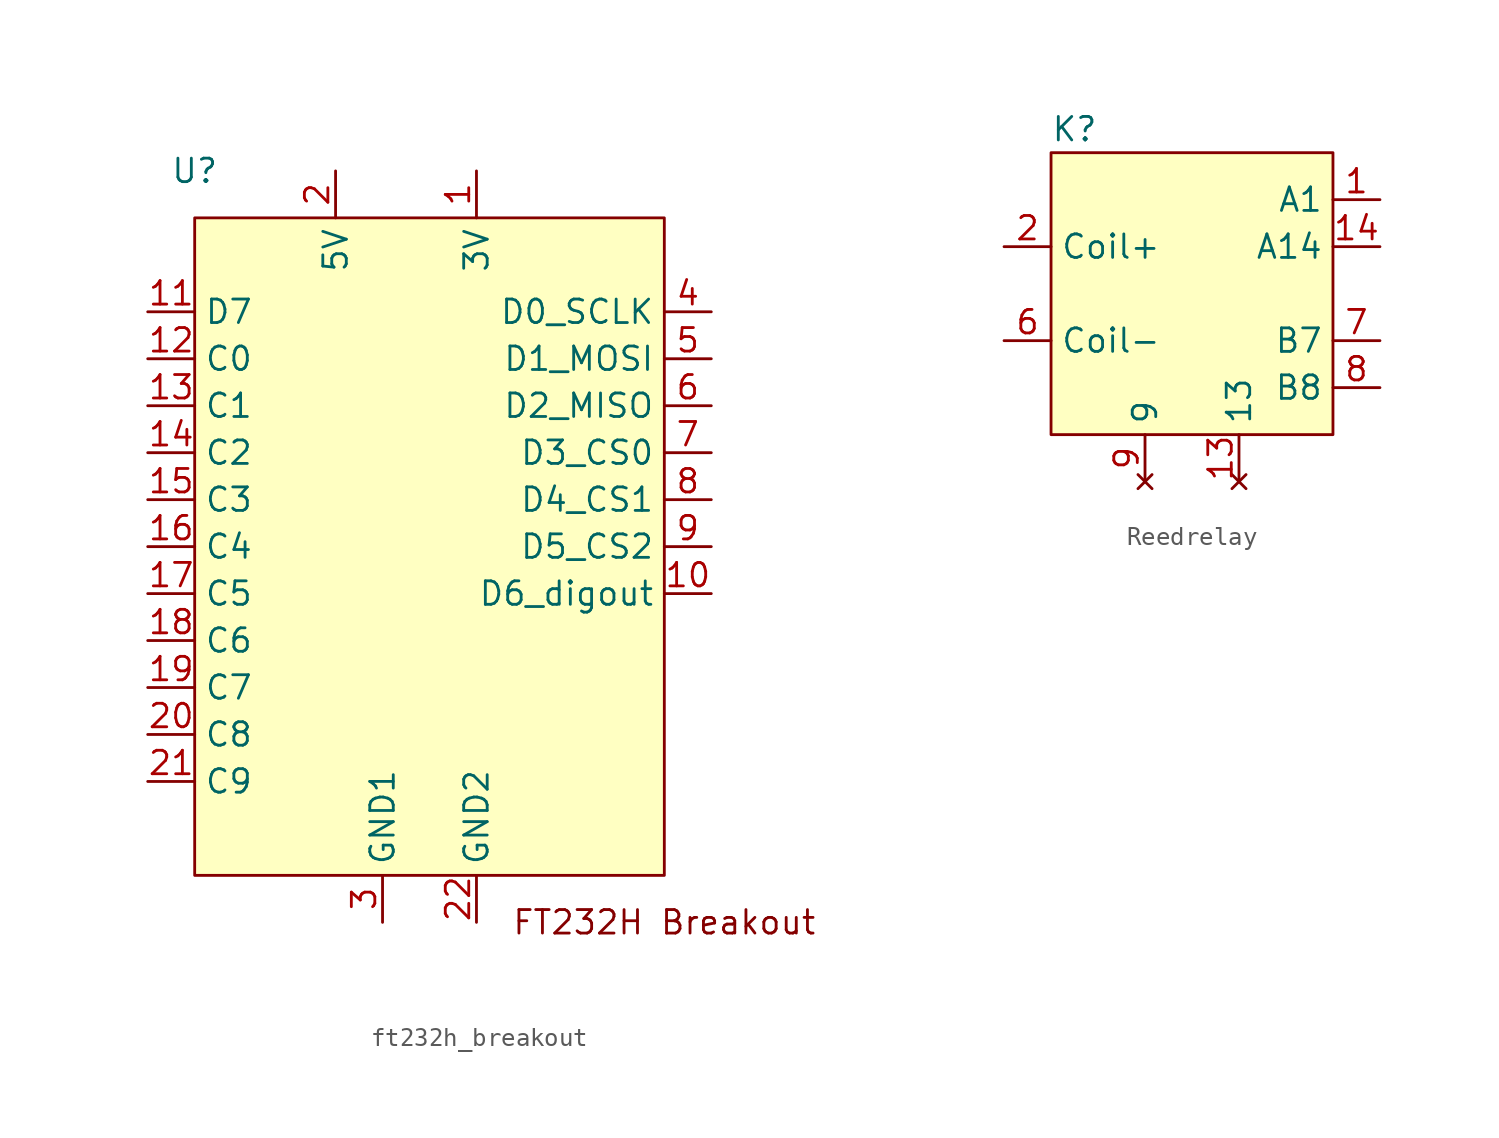
<source format=kicad_sym>
(kicad_symbol_lib
  (version 20220914)
  (generator kicad_symbol_editor)
  (symbol "ft232h_breakout"
    (property "Reference" "U"
      (at -12.7 20.32 0)
      (effects (font (size 1.27 1.27))))
    (property "Value" ""
      (at 0 -5.08 0)
      (effects (font (size 1.27 1.27))))
    (symbol "ft232h_breakout_0_1"
      (rectangle (start -12.7 17.78) (end 12.7 -17.78) (stroke (width 0) (type default)) (fill (type background)))
      (text "FT232H Breakout" (at 12.7 -20.32 0) (effects (font (size 1.27 1.27)))))
    (symbol "ft232h_breakout_1_1"
      (pin power_out line (at 2.54 20.32 270) (length 2.54) (name "3V" (effects (font (size 1.27 1.27)))) (number "1" (effects (font (size 1.27 1.27)))))
      (pin output line (at 15.24 -2.54 180) (length 2.54) (name "D6_digout" (effects (font (size 1.27 1.27)))) (number "10" (effects (font (size 1.27 1.27)))))
      (pin bidirectional line (at -15.24 12.7 0) (length 2.54) (name "D7" (effects (font (size 1.27 1.27)))) (number "11" (effects (font (size 1.27 1.27)))))
      (pin bidirectional line (at -15.24 10.16 0) (length 2.54) (name "C0" (effects (font (size 1.27 1.27)))) (number "12" (effects (font (size 1.27 1.27)))))
      (pin bidirectional line (at -15.24 7.62 0) (length 2.54) (name "C1" (effects (font (size 1.27 1.27)))) (number "13" (effects (font (size 1.27 1.27)))))
      (pin bidirectional line (at -15.24 5.08 0) (length 2.54) (name "C2" (effects (font (size 1.27 1.27)))) (number "14" (effects (font (size 1.27 1.27)))))
      (pin bidirectional line (at -15.24 2.54 0) (length 2.54) (name "C3" (effects (font (size 1.27 1.27)))) (number "15" (effects (font (size 1.27 1.27)))))
      (pin bidirectional line (at -15.24 0 0) (length 2.54) (name "C4" (effects (font (size 1.27 1.27)))) (number "16" (effects (font (size 1.27 1.27)))))
      (pin bidirectional line (at -15.24 -2.54 0) (length 2.54) (name "C5" (effects (font (size 1.27 1.27)))) (number "17" (effects (font (size 1.27 1.27)))))
      (pin bidirectional line (at -15.24 -5.08 0) (length 2.54) (name "C6" (effects (font (size 1.27 1.27)))) (number "18" (effects (font (size 1.27 1.27)))))
      (pin bidirectional line (at -15.24 -7.62 0) (length 2.54) (name "C7" (effects (font (size 1.27 1.27)))) (number "19" (effects (font (size 1.27 1.27)))))
      (pin power_out line (at -5.08 20.32 270) (length 2.54) (name "5V" (effects (font (size 1.27 1.27)))) (number "2" (effects (font (size 1.27 1.27)))))
      (pin bidirectional line (at -15.24 -10.16 0) (length 2.54) (name "C8" (effects (font (size 1.27 1.27)))) (number "20" (effects (font (size 1.27 1.27)))))
      (pin bidirectional line (at -15.24 -12.7 0) (length 2.54) (name "C9" (effects (font (size 1.27 1.27)))) (number "21" (effects (font (size 1.27 1.27)))))
      (pin passive line (at 2.54 -20.32 90) (length 2.54) (name "GND2" (effects (font (size 1.27 1.27)))) (number "22" (effects (font (size 1.27 1.27)))))
      (pin passive line (at -2.54 -20.32 90) (length 2.54) (name "GND1" (effects (font (size 1.27 1.27)))) (number "3" (effects (font (size 1.27 1.27)))))
      (pin output line (at 15.24 12.7 180) (length 2.54) (name "D0_SCLK" (effects (font (size 1.27 1.27)))) (number "4" (effects (font (size 1.27 1.27)))))
      (pin output line (at 15.24 10.16 180) (length 2.54) (name "D1_MOSI" (effects (font (size 1.27 1.27)))) (number "5" (effects (font (size 1.27 1.27)))))
      (pin input line (at 15.24 7.62 180) (length 2.54) (name "D2_MISO" (effects (font (size 1.27 1.27)))) (number "6" (effects (font (size 1.27 1.27)))))
      (pin output line (at 15.24 5.08 180) (length 2.54) (name "D3_CS0" (effects (font (size 1.27 1.27)))) (number "7" (effects (font (size 1.27 1.27)))))
      (pin output line (at 15.24 2.54 180) (length 2.54) (name "D4_CS1" (effects (font (size 1.27 1.27)))) (number "8" (effects (font (size 1.27 1.27)))))
      (pin output line (at 15.24 0 180) (length 2.54) (name "D5_CS2" (effects (font (size 1.27 1.27)))) (number "9" (effects (font (size 1.27 1.27)))))))
  (symbol "Reedrelay"
    (property "Reference" "K"
      (at -6.35 8.89 0)
      (effects (font (size 1.27 1.27))))
    (property "Value" ""
      (at 0 8.89 0)
      (effects (font (size 1.27 1.27))))
    (symbol "Reedrelay_0_1"
      (rectangle (start -7.62 7.62) (end 7.62 -7.62) (stroke (width 0) (type default)) (fill (type background))))
    (symbol "Reedrelay_1_1"
      (pin passive line (at 10.16 5.08 180) (length 2.54) (name "A1" (effects (font (size 1.27 1.27)))) (number "1" (effects (font (size 1.27 1.27)))))
      (pin no_connect line (at 2.54 -10.16 90) (length 2.54) (name "13" (effects (font (size 1.27 1.27)))) (number "13" (effects (font (size 1.27 1.27)))))
      (pin passive line (at 10.16 2.54 180) (length 2.54) (name "A14" (effects (font (size 1.27 1.27)))) (number "14" (effects (font (size 1.27 1.27)))))
      (pin passive line (at -10.16 2.54 0) (length 2.54) (name "Coil+" (effects (font (size 1.27 1.27)))) (number "2" (effects (font (size 1.27 1.27)))))
      (pin passive line (at -10.16 -2.54 0) (length 2.54) (name "Coil-" (effects (font (size 1.27 1.27)))) (number "6" (effects (font (size 1.27 1.27)))))
      (pin passive line (at 10.16 -2.54 180) (length 2.54) (name "B7" (effects (font (size 1.27 1.27)))) (number "7" (effects (font (size 1.27 1.27)))))
      (pin passive line (at 10.16 -5.08 180) (length 2.54) (name "B8" (effects (font (size 1.27 1.27)))) (number "8" (effects (font (size 1.27 1.27)))))
      (pin no_connect line (at -2.54 -10.16 90) (length 2.54) (name "9" (effects (font (size 1.27 1.27)))) (number "9" (effects (font (size 1.27 1.27))))))))
</source>
